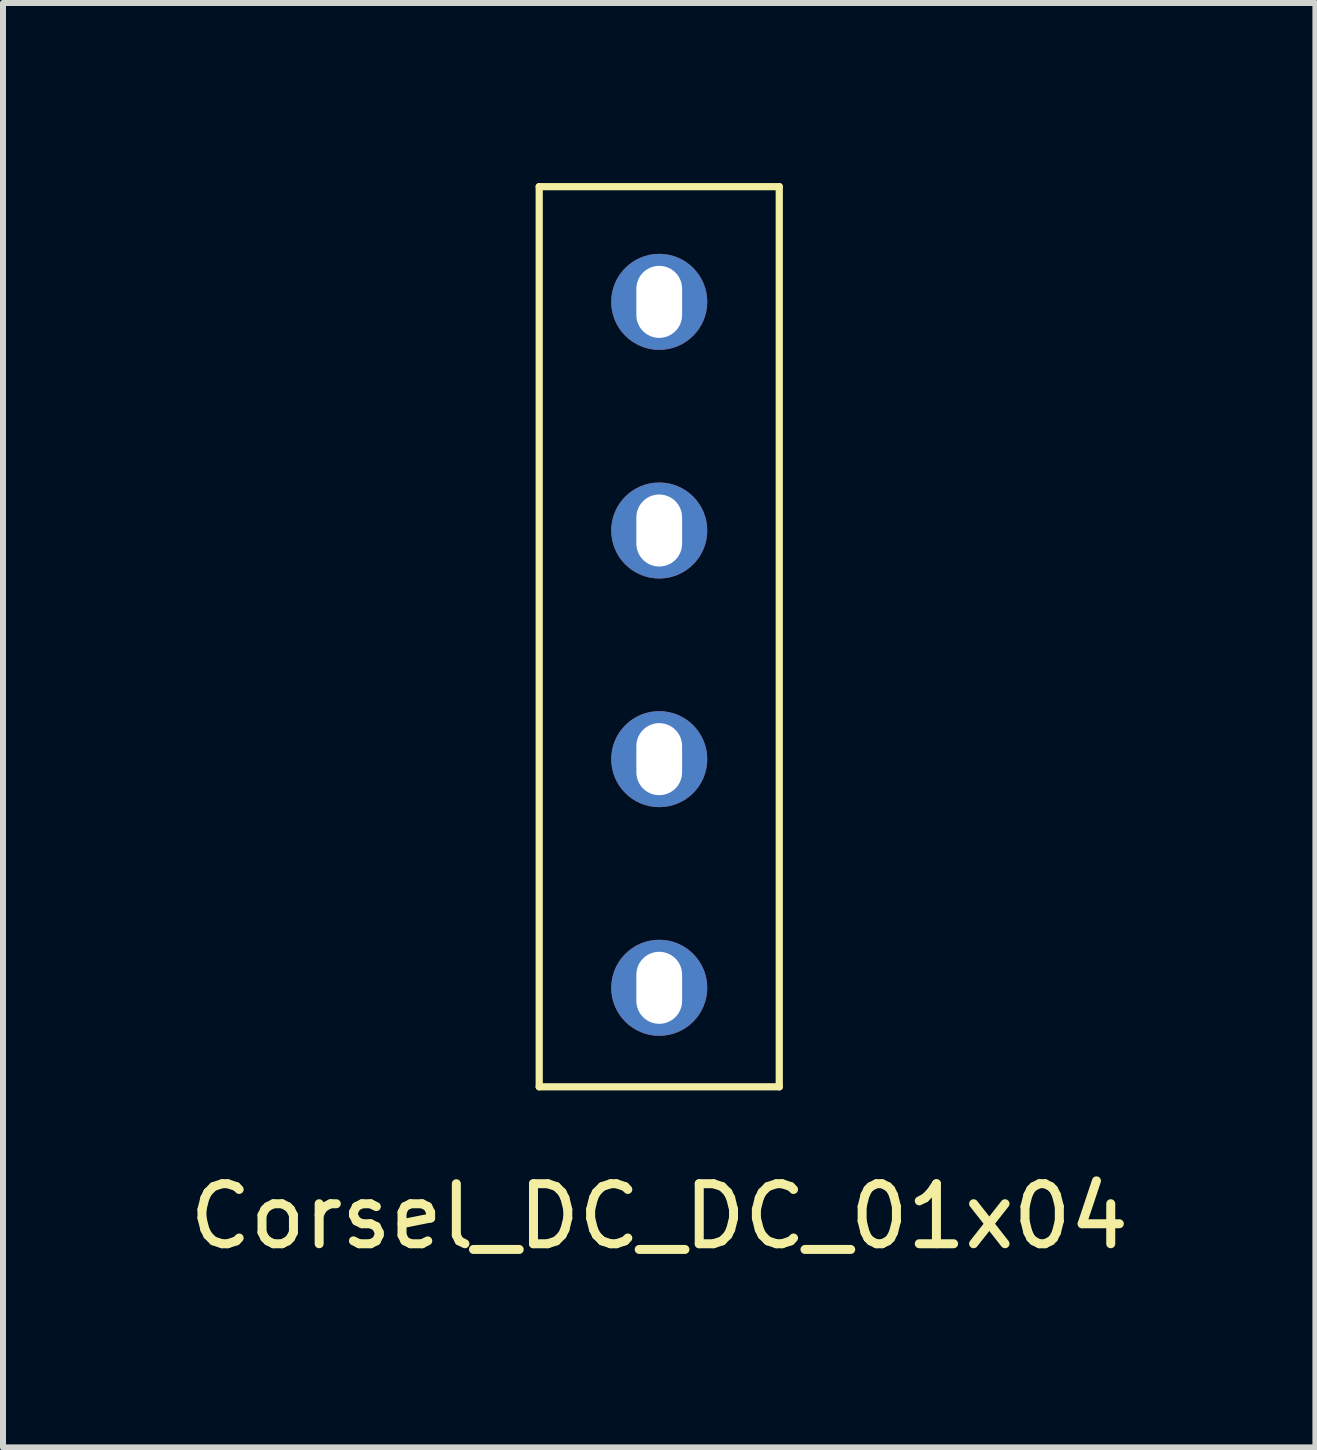
<source format=kicad_pcb>
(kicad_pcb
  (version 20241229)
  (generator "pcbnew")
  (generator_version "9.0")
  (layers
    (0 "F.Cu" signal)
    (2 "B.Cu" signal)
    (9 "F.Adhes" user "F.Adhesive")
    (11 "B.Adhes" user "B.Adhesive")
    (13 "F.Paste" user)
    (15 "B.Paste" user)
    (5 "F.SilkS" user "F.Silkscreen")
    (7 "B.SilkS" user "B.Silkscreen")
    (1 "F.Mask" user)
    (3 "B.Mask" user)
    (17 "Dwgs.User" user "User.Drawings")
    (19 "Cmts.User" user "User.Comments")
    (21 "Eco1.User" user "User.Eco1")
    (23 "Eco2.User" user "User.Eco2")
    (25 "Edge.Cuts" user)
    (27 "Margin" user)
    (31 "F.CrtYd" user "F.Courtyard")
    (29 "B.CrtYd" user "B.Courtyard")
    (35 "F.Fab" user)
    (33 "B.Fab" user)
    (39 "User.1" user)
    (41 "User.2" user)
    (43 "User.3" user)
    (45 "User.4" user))
  (footprint "Corsel_DC_DC_01x04"
    (layer "F.Cu")
    (at 7.935 7.06)
    (property "Reference" "Corsel_DC_DC_01x04" (at 0 10.16 0) (layer "F.SilkS") (effects (font (size 1 1) (thickness 0.15))))
    (attr through_hole)
    (fp_line (start -2 8) (end -2 -7) (stroke (width 0.12) (type solid)) (layer "F.SilkS"))
    (fp_line (start -2 8) (end 2 8) (stroke (width 0.12) (type solid)) (layer "F.SilkS"))
    (fp_line (start 2 -7) (end -2 -7) (stroke (width 0.12) (type solid)) (layer "F.SilkS"))
    (fp_line (start 2 -7) (end 2 8) (stroke (width 0.12) (type solid)) (layer "F.SilkS"))
    (pad "1" thru_hole circle (at 0 -5.08) (size 1.6 1.6) (drill oval 0.762 1.2) (layers "*.Cu" "*.Mask"))
    (pad "2" thru_hole circle (at 0 -1.27) (size 1.6 1.6) (drill oval 0.762 1.2) (layers "*.Cu" "*.Mask"))
    (pad "3" thru_hole circle (at 0 2.54) (size 1.6 1.6) (drill oval 0.762 1.2) (layers "*.Cu" "*.Mask"))
    (pad "4" thru_hole circle (at 0 6.35) (size 1.6 1.6) (drill oval 0.762 1.2) (layers "*.Cu" "*.Mask")))
  (gr_rect
    (start -3 -3)
    (end 18.869 21.068)
    (stroke (width 0.1) (type default))
    (fill no)
    (layer "Edge.Cuts")))
</source>
